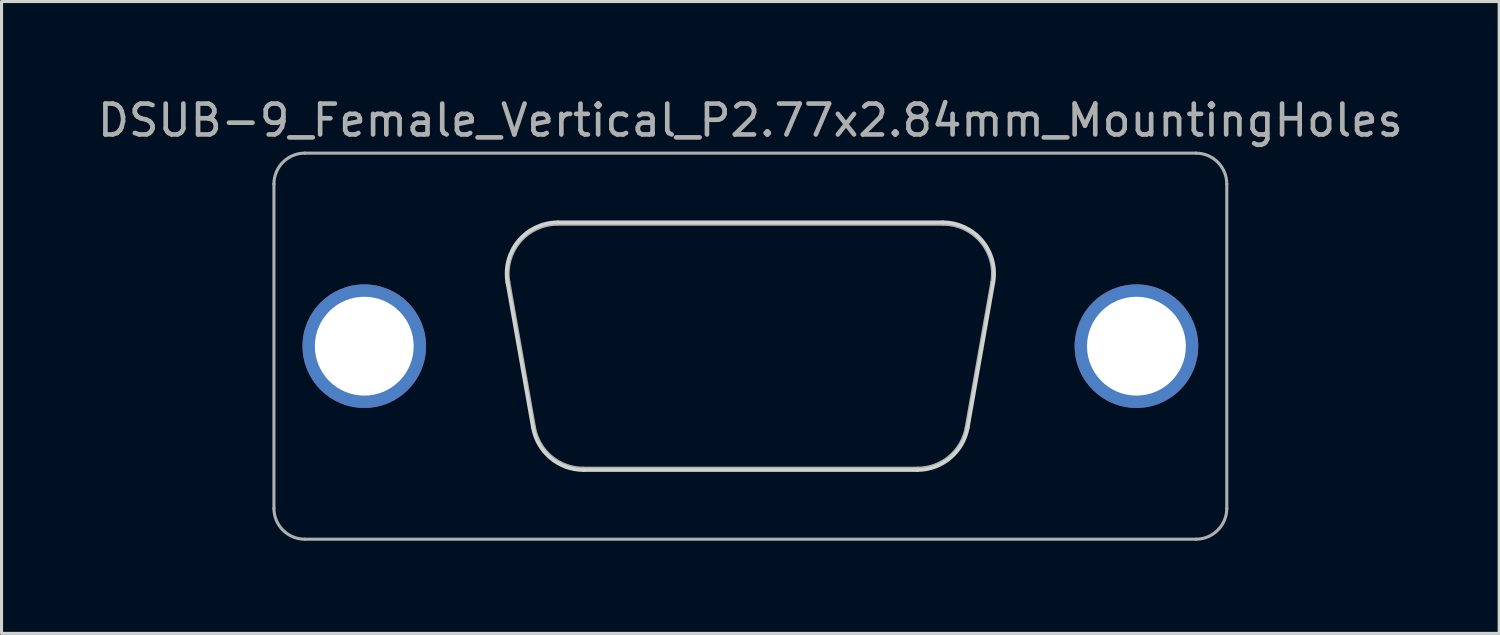
<source format=kicad_pcb>
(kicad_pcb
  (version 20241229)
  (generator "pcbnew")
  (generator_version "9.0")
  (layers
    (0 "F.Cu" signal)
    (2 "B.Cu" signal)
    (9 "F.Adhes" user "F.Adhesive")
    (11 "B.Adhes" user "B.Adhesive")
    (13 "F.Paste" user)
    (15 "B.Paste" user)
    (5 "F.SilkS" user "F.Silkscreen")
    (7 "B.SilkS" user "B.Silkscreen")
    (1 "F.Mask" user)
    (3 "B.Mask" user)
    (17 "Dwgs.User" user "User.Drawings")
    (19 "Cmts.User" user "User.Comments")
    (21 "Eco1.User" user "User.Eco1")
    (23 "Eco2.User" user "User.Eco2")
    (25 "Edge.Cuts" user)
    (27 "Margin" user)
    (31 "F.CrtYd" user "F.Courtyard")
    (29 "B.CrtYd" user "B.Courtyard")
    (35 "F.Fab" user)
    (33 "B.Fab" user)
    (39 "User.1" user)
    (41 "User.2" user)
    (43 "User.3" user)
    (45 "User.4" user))
  (footprint "DSUB-9_Female_Vertical_P2.77x2.84mm_MountingHoles"
    (layer "F.Cu")
    (at 16.684 12.238)
    (property "Reference" "DSUB-9_Female_Vertical_P2.77x2.84mm_MountingHoles" (at 4.56 -11.39 0) (layer "F.Fab") (effects (font (size 1 1) (thickness 0.15))))
    (attr through_hole)
    (fp_line (start -3.306 -6.142) (end -2.478 -1.442) (stroke (width 0.12) (type solid)) (layer "Edge.Cuts"))
    (fp_line (start -1.672 -8.09) (end 10.792 -8.09) (stroke (width 0.12) (type solid)) (layer "Edge.Cuts"))
    (fp_line (start -0.843 -0.07) (end 9.963 -0.07) (stroke (width 0.12) (type solid)) (layer "Edge.Cuts"))
    (fp_line (start 12.426 -6.142) (end 11.598 -1.442) (stroke (width 0.12) (type solid)) (layer "Edge.Cuts"))
    (fp_arc (start -3.30647 -6.141744) (mid -2.943323 -7.497028) (end -1.671689 -8.09) (stroke (width 0.12) (type solid)) (layer "Edge.Cuts"))
    (fp_arc (start -0.842952 -0.07) (mid -1.909979 -0.458366) (end -2.477733 -1.441744) (stroke (width 0.12) (type solid)) (layer "Edge.Cuts"))
    (fp_arc (start 10.791689 -8.09) (mid 12.063323 -7.497027) (end 12.42647 -6.141744) (stroke (width 0.12) (type solid)) (layer "Edge.Cuts"))
    (fp_arc (start 11.597733 -1.441744) (mid 11.02998 -0.458366) (end 9.962952 -0.07) (stroke (width 0.12) (type solid)) (layer "Edge.Cuts"))
    (fp_line (start -10.865 1.17) (end -10.865 -9.33) (stroke (width 0.1) (type solid)) (layer "F.Fab"))
    (fp_line (start -9.865 -10.33) (end 18.985 -10.33) (stroke (width 0.1) (type solid)) (layer "F.Fab"))
    (fp_line (start -3.259 -6.152) (end -2.43 -1.452) (stroke (width 0.1) (type solid)) (layer "F.Fab"))
    (fp_line (start -1.683 -8.03) (end 10.803 -8.03) (stroke (width 0.1) (type solid)) (layer "F.Fab"))
    (fp_line (start -0.854 -0.13) (end 9.974 -0.13) (stroke (width 0.1) (type solid)) (layer "F.Fab"))
    (fp_line (start 12.379 -6.152) (end 11.55 -1.452) (stroke (width 0.1) (type solid)) (layer "F.Fab"))
    (fp_line (start 18.985 2.17) (end -9.865 2.17) (stroke (width 0.1) (type solid)) (layer "F.Fab"))
    (fp_line (start 19.985 -9.33) (end 19.985 1.17) (stroke (width 0.1) (type solid)) (layer "F.Fab"))
    (fp_arc (start -10.865 -9.33) (mid -10.572107 -10.037107) (end -9.865 -10.33) (stroke (width 0.1) (type solid)) (layer "F.Fab"))
    (fp_arc (start -9.865 2.17) (mid -10.572107 1.877107) (end -10.865 1.17) (stroke (width 0.1) (type solid)) (layer "F.Fab"))
    (fp_arc (start -3.258886 -6.152163) (mid -2.908865 -7.45846) (end -1.683194 -8.03) (stroke (width 0.1) (type solid)) (layer "F.Fab"))
    (fp_arc (start -0.854457 -0.13) (mid -1.882917 -0.504329) (end -2.430149 -1.452163) (stroke (width 0.1) (type solid)) (layer "F.Fab"))
    (fp_arc (start 10.803194 -8.03) (mid 12.028865 -7.45846) (end 12.378886 -6.152163) (stroke (width 0.1) (type solid)) (layer "F.Fab"))
    (fp_arc (start 11.550149 -1.452163) (mid 11.002917 -0.504329) (end 9.974457 -0.13) (stroke (width 0.1) (type solid)) (layer "F.Fab"))
    (fp_arc (start 18.985 -10.33) (mid 19.692107 -10.037107) (end 19.985 -9.33) (stroke (width 0.1) (type solid)) (layer "F.Fab"))
    (fp_arc (start 19.985 1.17) (mid 19.692107 1.877107) (end 18.985 2.17) (stroke (width 0.1) (type solid)) (layer "F.Fab"))
    (pad "0" thru_hole circle (at -7.94 -4.08) (size 4 4) (drill 3.2) (layers "*.Cu" "*.Mask"))
    (pad "0" thru_hole circle (at 17.06 -4.08) (size 4 4) (drill 3.2) (layers "*.Cu" "*.Mask")))
  (gr_rect
    (start -3 -3)
    (end 45.488 17.458)
    (stroke (width 0.1) (type default))
    (fill no)
    (layer "Edge.Cuts")))
</source>
